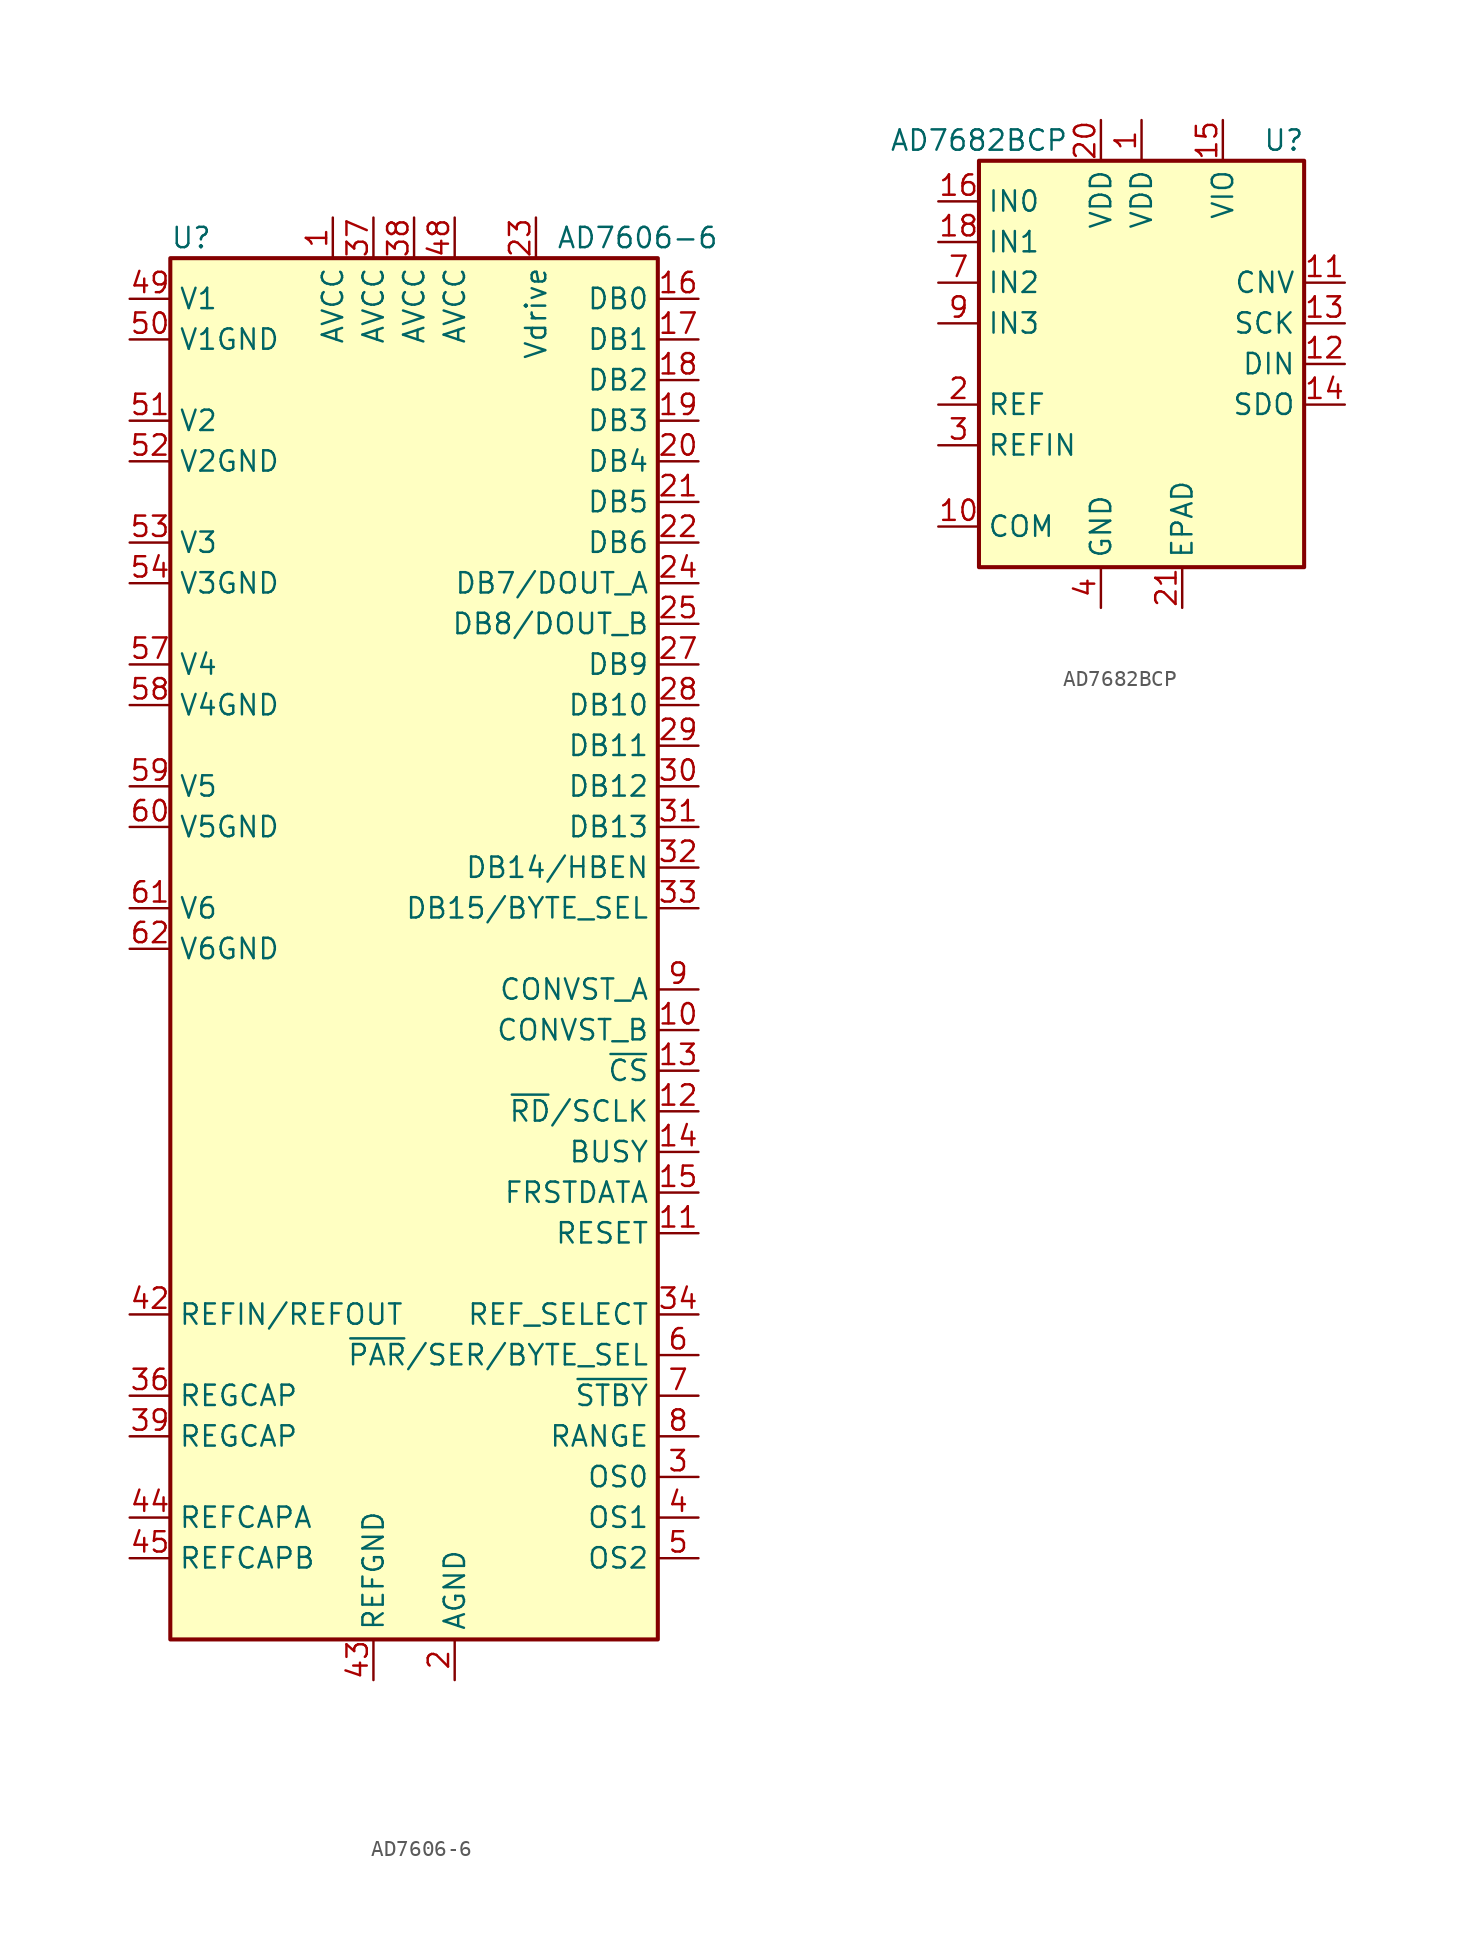
<source format=kicad_sym>
(kicad_symbol_lib
  (version 20241209)
  (generator "kicad_symbol_editor")
  (generator_version "9.0")
  (symbol "AD7606-6"
    (property "Reference" "U"
      (at -15.24 44.45 0)
      (effects (font (size 1.27 1.27)) (justify left)))
    (property "Value" "AD7606-6"
      (at 8.89 44.45 0)
      (effects (font (size 1.27 1.27)) (justify left)))
    (symbol "AD7606-6_1_1"
      (rectangle (start -15.24 43.18) (end 15.24 -43.18) (stroke (width 0.254) (type default)) (fill (type background)))
      (pin input line (at -17.78 40.64 0) (length 2.54) (name "V1" (effects (font (size 1.27 1.27)))) (number "49" (effects (font (size 1.27 1.27)))))
      (pin input line (at -17.78 38.1 0) (length 2.54) (name "V1GND" (effects (font (size 1.27 1.27)))) (number "50" (effects (font (size 1.27 1.27)))))
      (pin input line (at -17.78 33.02 0) (length 2.54) (name "V2" (effects (font (size 1.27 1.27)))) (number "51" (effects (font (size 1.27 1.27)))))
      (pin input line (at -17.78 30.48 0) (length 2.54) (name "V2GND" (effects (font (size 1.27 1.27)))) (number "52" (effects (font (size 1.27 1.27)))))
      (pin input line (at -17.78 25.4 0) (length 2.54) (name "V3" (effects (font (size 1.27 1.27)))) (number "53" (effects (font (size 1.27 1.27)))))
      (pin input line (at -17.78 22.86 0) (length 2.54) (name "V3GND" (effects (font (size 1.27 1.27)))) (number "54" (effects (font (size 1.27 1.27)))))
      (pin input line (at -17.78 17.78 0) (length 2.54) (name "V4" (effects (font (size 1.27 1.27)))) (number "57" (effects (font (size 1.27 1.27)))))
      (pin input line (at -17.78 15.24 0) (length 2.54) (name "V4GND" (effects (font (size 1.27 1.27)))) (number "58" (effects (font (size 1.27 1.27)))))
      (pin input line (at -17.78 10.16 0) (length 2.54) (name "V5" (effects (font (size 1.27 1.27)))) (number "59" (effects (font (size 1.27 1.27)))))
      (pin input line (at -17.78 7.62 0) (length 2.54) (name "V5GND" (effects (font (size 1.27 1.27)))) (number "60" (effects (font (size 1.27 1.27)))))
      (pin input line (at -17.78 2.54 0) (length 2.54) (name "V6" (effects (font (size 1.27 1.27)))) (number "61" (effects (font (size 1.27 1.27)))))
      (pin input line (at -17.78 0 0) (length 2.54) (name "V6GND" (effects (font (size 1.27 1.27)))) (number "62" (effects (font (size 1.27 1.27)))))
      (pin passive line (at -17.78 -22.86 0) (length 2.54) (name "REFIN/REFOUT" (effects (font (size 1.27 1.27)))) (number "42" (effects (font (size 1.27 1.27)))))
      (pin passive line (at -17.78 -27.94 0) (length 2.54) (name "REGCAP" (effects (font (size 1.27 1.27)))) (number "36" (effects (font (size 1.27 1.27)))))
      (pin passive line (at -17.78 -30.48 0) (length 2.54) (name "REGCAP" (effects (font (size 1.27 1.27)))) (number "39" (effects (font (size 1.27 1.27)))))
      (pin passive line (at -17.78 -35.56 0) (length 2.54) (name "REFCAPA" (effects (font (size 1.27 1.27)))) (number "44" (effects (font (size 1.27 1.27)))))
      (pin passive line (at -17.78 -38.1 0) (length 2.54) (name "REFCAPB" (effects (font (size 1.27 1.27)))) (number "45" (effects (font (size 1.27 1.27)))))
      (pin power_in line (at -5.08 45.72 270) (length 2.54) (name "AVCC" (effects (font (size 1.27 1.27)))) (number "1" (effects (font (size 1.27 1.27)))))
      (pin power_in line (at -2.54 45.72 270) (length 2.54) (name "AVCC" (effects (font (size 1.27 1.27)))) (number "37" (effects (font (size 1.27 1.27)))))
      (pin power_in line (at -2.54 -45.72 90) (length 2.54) (name "REFGND" (effects (font (size 1.27 1.27)))) (number "43" (effects (font (size 1.27 1.27)))))
      (pin passive line (at -2.54 -45.72 90) (length 2.54) (hide yes) (name "REFGND" (effects (font (size 1.27 1.27)))) (number "46" (effects (font (size 1.27 1.27)))))
      (pin power_in line (at 0 45.72 270) (length 2.54) (name "AVCC" (effects (font (size 1.27 1.27)))) (number "38" (effects (font (size 1.27 1.27)))))
      (pin power_in line (at 2.54 45.72 270) (length 2.54) (name "AVCC" (effects (font (size 1.27 1.27)))) (number "48" (effects (font (size 1.27 1.27)))))
      (pin power_in line (at 2.54 -45.72 90) (length 2.54) (name "AGND" (effects (font (size 1.27 1.27)))) (number "2" (effects (font (size 1.27 1.27)))))
      (pin passive line (at 2.54 -45.72 90) (length 2.54) (hide yes) (name "AGND" (effects (font (size 1.27 1.27)))) (number "26" (effects (font (size 1.27 1.27)))))
      (pin passive line (at 2.54 -45.72 90) (length 2.54) (hide yes) (name "AGND" (effects (font (size 1.27 1.27)))) (number "35" (effects (font (size 1.27 1.27)))))
      (pin passive line (at 2.54 -45.72 90) (length 2.54) (hide yes) (name "AGND" (effects (font (size 1.27 1.27)))) (number "40" (effects (font (size 1.27 1.27)))))
      (pin passive line (at 2.54 -45.72 90) (length 2.54) (hide yes) (name "AGND" (effects (font (size 1.27 1.27)))) (number "41" (effects (font (size 1.27 1.27)))))
      (pin passive line (at 2.54 -45.72 90) (length 2.54) (hide yes) (name "AGND" (effects (font (size 1.27 1.27)))) (number "47" (effects (font (size 1.27 1.27)))))
      (pin passive line (at 2.54 -45.72 90) (length 2.54) (hide yes) (name "AGND" (effects (font (size 1.27 1.27)))) (number "55" (effects (font (size 1.27 1.27)))))
      (pin passive line (at 2.54 -45.72 90) (length 2.54) (hide yes) (name "AGND" (effects (font (size 1.27 1.27)))) (number "56" (effects (font (size 1.27 1.27)))))
      (pin passive line (at 2.54 -45.72 90) (length 2.54) (hide yes) (name "AGND" (effects (font (size 1.27 1.27)))) (number "63" (effects (font (size 1.27 1.27)))))
      (pin passive line (at 2.54 -45.72 90) (length 2.54) (hide yes) (name "AGND" (effects (font (size 1.27 1.27)))) (number "64" (effects (font (size 1.27 1.27)))))
      (pin power_in line (at 7.62 45.72 270) (length 2.54) (name "Vdrive" (effects (font (size 1.27 1.27)))) (number "23" (effects (font (size 1.27 1.27)))))
      (pin output line (at 17.78 40.64 180) (length 2.54) (name "DB0" (effects (font (size 1.27 1.27)))) (number "16" (effects (font (size 1.27 1.27)))))
      (pin output line (at 17.78 38.1 180) (length 2.54) (name "DB1" (effects (font (size 1.27 1.27)))) (number "17" (effects (font (size 1.27 1.27)))))
      (pin output line (at 17.78 35.56 180) (length 2.54) (name "DB2" (effects (font (size 1.27 1.27)))) (number "18" (effects (font (size 1.27 1.27)))))
      (pin output line (at 17.78 33.02 180) (length 2.54) (name "DB3" (effects (font (size 1.27 1.27)))) (number "19" (effects (font (size 1.27 1.27)))))
      (pin output line (at 17.78 30.48 180) (length 2.54) (name "DB4" (effects (font (size 1.27 1.27)))) (number "20" (effects (font (size 1.27 1.27)))))
      (pin output line (at 17.78 27.94 180) (length 2.54) (name "DB5" (effects (font (size 1.27 1.27)))) (number "21" (effects (font (size 1.27 1.27)))))
      (pin output line (at 17.78 25.4 180) (length 2.54) (name "DB6" (effects (font (size 1.27 1.27)))) (number "22" (effects (font (size 1.27 1.27)))))
      (pin output line (at 17.78 22.86 180) (length 2.54) (name "DB7/DOUT_A" (effects (font (size 1.27 1.27)))) (number "24" (effects (font (size 1.27 1.27)))))
      (pin output line (at 17.78 20.32 180) (length 2.54) (name "DB8/DOUT_B" (effects (font (size 1.27 1.27)))) (number "25" (effects (font (size 1.27 1.27)))))
      (pin output line (at 17.78 17.78 180) (length 2.54) (name "DB9" (effects (font (size 1.27 1.27)))) (number "27" (effects (font (size 1.27 1.27)))))
      (pin output line (at 17.78 15.24 180) (length 2.54) (name "DB10" (effects (font (size 1.27 1.27)))) (number "28" (effects (font (size 1.27 1.27)))))
      (pin output line (at 17.78 12.7 180) (length 2.54) (name "DB11" (effects (font (size 1.27 1.27)))) (number "29" (effects (font (size 1.27 1.27)))))
      (pin output line (at 17.78 10.16 180) (length 2.54) (name "DB12" (effects (font (size 1.27 1.27)))) (number "30" (effects (font (size 1.27 1.27)))))
      (pin output line (at 17.78 7.62 180) (length 2.54) (name "DB13" (effects (font (size 1.27 1.27)))) (number "31" (effects (font (size 1.27 1.27)))))
      (pin bidirectional line (at 17.78 5.08 180) (length 2.54) (name "DB14/HBEN" (effects (font (size 1.27 1.27)))) (number "32" (effects (font (size 1.27 1.27)))))
      (pin bidirectional line (at 17.78 2.54 180) (length 2.54) (name "DB15/BYTE_SEL" (effects (font (size 1.27 1.27)))) (number "33" (effects (font (size 1.27 1.27)))))
      (pin input line (at 17.78 -2.54 180) (length 2.54) (name "CONVST_A" (effects (font (size 1.27 1.27)))) (number "9" (effects (font (size 1.27 1.27)))))
      (pin input line (at 17.78 -5.08 180) (length 2.54) (name "CONVST_B" (effects (font (size 1.27 1.27)))) (number "10" (effects (font (size 1.27 1.27)))))
      (pin input line (at 17.78 -7.62 180) (length 2.54) (name "~{CS}" (effects (font (size 1.27 1.27)))) (number "13" (effects (font (size 1.27 1.27)))))
      (pin input line (at 17.78 -10.16 180) (length 2.54) (name "~{RD}/SCLK" (effects (font (size 1.27 1.27)))) (number "12" (effects (font (size 1.27 1.27)))))
      (pin output line (at 17.78 -12.7 180) (length 2.54) (name "BUSY" (effects (font (size 1.27 1.27)))) (number "14" (effects (font (size 1.27 1.27)))))
      (pin output line (at 17.78 -15.24 180) (length 2.54) (name "FRSTDATA" (effects (font (size 1.27 1.27)))) (number "15" (effects (font (size 1.27 1.27)))))
      (pin input line (at 17.78 -17.78 180) (length 2.54) (name "RESET" (effects (font (size 1.27 1.27)))) (number "11" (effects (font (size 1.27 1.27)))))
      (pin input line (at 17.78 -22.86 180) (length 2.54) (name "REF_SELECT" (effects (font (size 1.27 1.27)))) (number "34" (effects (font (size 1.27 1.27)))))
      (pin input line (at 17.78 -25.4 180) (length 2.54) (name "~{PAR}/SER/BYTE_SEL" (effects (font (size 1.27 1.27)))) (number "6" (effects (font (size 1.27 1.27)))))
      (pin input line (at 17.78 -27.94 180) (length 2.54) (name "~{STBY}" (effects (font (size 1.27 1.27)))) (number "7" (effects (font (size 1.27 1.27)))))
      (pin input line (at 17.78 -30.48 180) (length 2.54) (name "RANGE" (effects (font (size 1.27 1.27)))) (number "8" (effects (font (size 1.27 1.27)))))
      (pin input line (at 17.78 -33.02 180) (length 2.54) (name "OS0" (effects (font (size 1.27 1.27)))) (number "3" (effects (font (size 1.27 1.27)))))
      (pin input line (at 17.78 -35.56 180) (length 2.54) (name "OS1" (effects (font (size 1.27 1.27)))) (number "4" (effects (font (size 1.27 1.27)))))
      (pin input line (at 17.78 -38.1 180) (length 2.54) (name "OS2" (effects (font (size 1.27 1.27)))) (number "5" (effects (font (size 1.27 1.27)))))))
  (symbol "AD7682BCP"
    (property "Reference" "U"
      (at 8.89 13.97 0)
      (effects (font (size 1.27 1.27))))
    (property "Value" "AD7682BCP"
      (at -10.16 13.97 0)
      (effects (font (size 1.27 1.27))))
    (symbol "AD7682BCP_0_1"
      (rectangle (start -10.16 12.7) (end 10.16 -12.7) (stroke (width 0.254) (type default)) (fill (type background))))
    (symbol "AD7682BCP_1_1"
      (pin input line (at -12.7 10.16 0) (length 2.54) (name "IN0" (effects (font (size 1.27 1.27)))) (number "16" (effects (font (size 1.27 1.27)))))
      (pin input line (at -12.7 7.62 0) (length 2.54) (name "IN1" (effects (font (size 1.27 1.27)))) (number "18" (effects (font (size 1.27 1.27)))))
      (pin input line (at -12.7 5.08 0) (length 2.54) (name "IN2" (effects (font (size 1.27 1.27)))) (number "7" (effects (font (size 1.27 1.27)))))
      (pin input line (at -12.7 2.54 0) (length 2.54) (name "IN3" (effects (font (size 1.27 1.27)))) (number "9" (effects (font (size 1.27 1.27)))))
      (pin passive line (at -12.7 -2.54 0) (length 2.54) (name "REF" (effects (font (size 1.27 1.27)))) (number "2" (effects (font (size 1.27 1.27)))))
      (pin passive line (at -12.7 -5.08 0) (length 2.54) (name "REFIN" (effects (font (size 1.27 1.27)))) (number "3" (effects (font (size 1.27 1.27)))))
      (pin input line (at -12.7 -10.16 0) (length 2.54) (name "COM" (effects (font (size 1.27 1.27)))) (number "10" (effects (font (size 1.27 1.27)))))
      (pin power_in line (at -2.54 15.24 270) (length 2.54) (name "VDD" (effects (font (size 1.27 1.27)))) (number "20" (effects (font (size 1.27 1.27)))))
      (pin power_in line (at -2.54 -15.24 90) (length 2.54) (name "GND" (effects (font (size 1.27 1.27)))) (number "4" (effects (font (size 1.27 1.27)))))
      (pin passive line (at -2.54 -15.24 90) (length 2.54) (hide yes) (name "GND" (effects (font (size 1.27 1.27)))) (number "5" (effects (font (size 1.27 1.27)))))
      (pin power_in line (at 0 15.24 270) (length 2.54) (name "VDD" (effects (font (size 1.27 1.27)))) (number "1" (effects (font (size 1.27 1.27)))))
      (pin passive line (at 2.54 -15.24 90) (length 2.54) (name "EPAD" (effects (font (size 1.27 1.27)))) (number "21" (effects (font (size 1.27 1.27)))))
      (pin power_in line (at 5.08 15.24 270) (length 2.54) (name "VIO" (effects (font (size 1.27 1.27)))) (number "15" (effects (font (size 1.27 1.27)))))
      (pin no_connect line (at 10.16 7.62 180) (length 2.54) (hide yes) (name "NC" (effects (font (size 1.27 1.27)))) (number "6" (effects (font (size 1.27 1.27)))))
      (pin no_connect line (at 10.16 -5.08 180) (length 2.54) (hide yes) (name "NC" (effects (font (size 1.27 1.27)))) (number "19" (effects (font (size 1.27 1.27)))))
      (pin no_connect line (at 10.16 -7.62 180) (length 2.54) (hide yes) (name "NC" (effects (font (size 1.27 1.27)))) (number "17" (effects (font (size 1.27 1.27)))))
      (pin no_connect line (at 10.16 -10.16 180) (length 2.54) (hide yes) (name "NC" (effects (font (size 1.27 1.27)))) (number "8" (effects (font (size 1.27 1.27)))))
      (pin input line (at 12.7 5.08 180) (length 2.54) (name "CNV" (effects (font (size 1.27 1.27)))) (number "11" (effects (font (size 1.27 1.27)))))
      (pin input line (at 12.7 2.54 180) (length 2.54) (name "SCK" (effects (font (size 1.27 1.27)))) (number "13" (effects (font (size 1.27 1.27)))))
      (pin input line (at 12.7 0 180) (length 2.54) (name "DIN" (effects (font (size 1.27 1.27)))) (number "12" (effects (font (size 1.27 1.27)))))
      (pin output line (at 12.7 -2.54 180) (length 2.54) (name "SDO" (effects (font (size 1.27 1.27)))) (number "14" (effects (font (size 1.27 1.27))))))))
</source>
